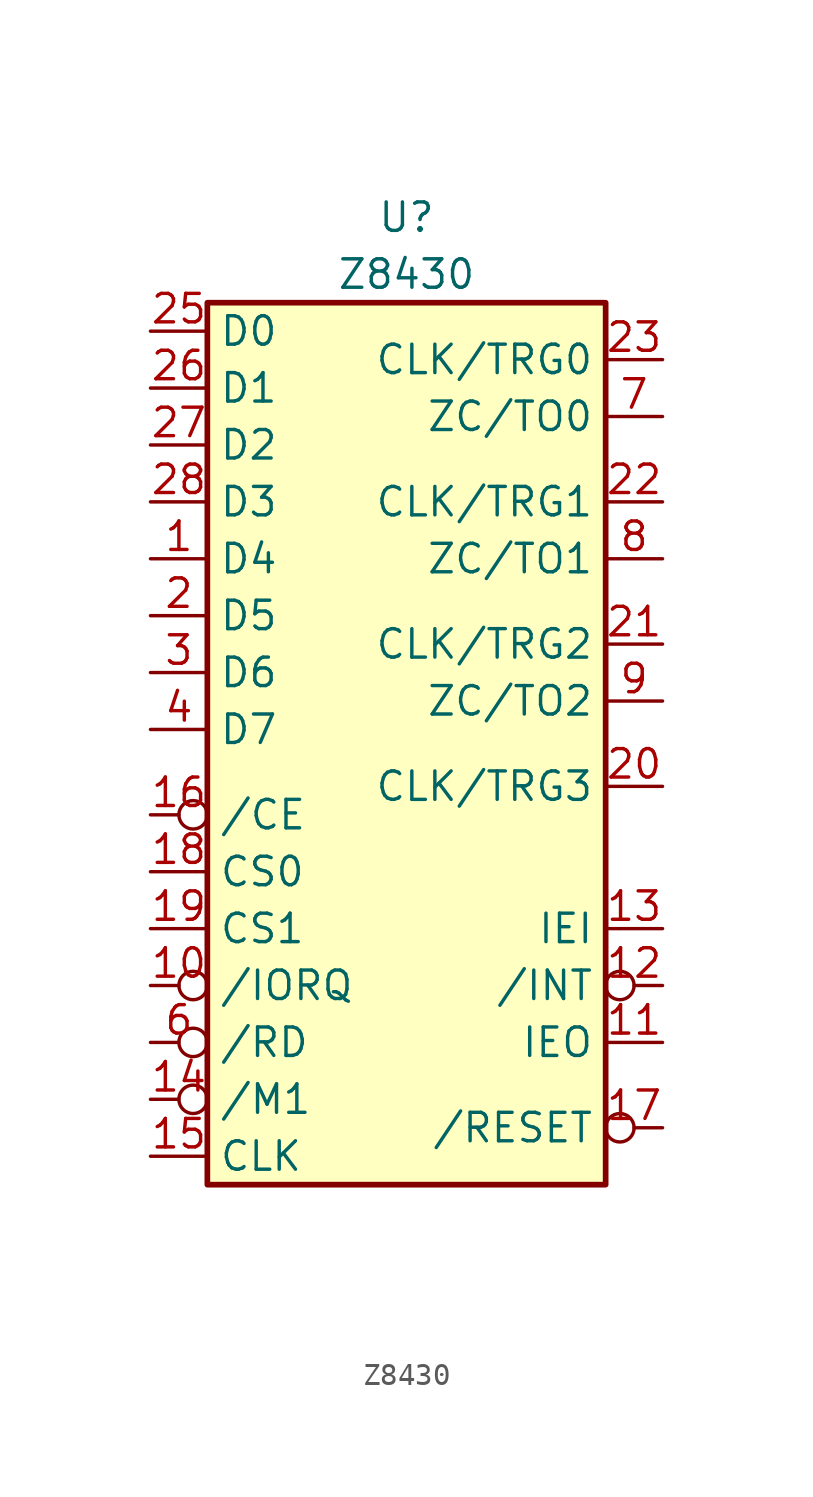
<source format=kicad_sym>
(kicad_symbol_lib
  (version 20211014)
  (generator kicad_symbol_editor)
  (symbol "Z8430"
    (property "Reference" "U"
      (at 0 24.13 0)
      (effects (font (size 1.27 1.27))))
    (property "Value" "Z8430"
      (at 0 21.59 0)
      (effects (font (size 1.27 1.27))))
    (symbol "Z8430_0_1"
      (rectangle (start -8.89 20.32) (end 8.89 -19.05) (stroke (width 0.254) (type default) (color 0 0 0 0)) (fill (type background))))
    (symbol "Z8430_1_1"
      (pin bidirectional line (at -11.43 8.89 0) (length 2.54) (name "D4" (effects (font (size 1.27 1.27)))) (number "1" (effects (font (size 1.27 1.27)))))
      (pin input inverted (at -11.43 -10.16 0) (length 2.54) (name "/IORQ" (effects (font (size 1.27 1.27)))) (number "10" (effects (font (size 1.27 1.27)))))
      (pin output line (at 11.43 -12.7 180) (length 2.54) (name "IEO" (effects (font (size 1.27 1.27)))) (number "11" (effects (font (size 1.27 1.27)))))
      (pin output inverted (at 11.43 -10.16 180) (length 2.54) (name "/INT" (effects (font (size 1.27 1.27)))) (number "12" (effects (font (size 1.27 1.27)))))
      (pin input line (at 11.43 -7.62 180) (length 2.54) (name "IEI" (effects (font (size 1.27 1.27)))) (number "13" (effects (font (size 1.27 1.27)))))
      (pin input inverted (at -11.43 -15.24 0) (length 2.54) (name "/M1" (effects (font (size 1.27 1.27)))) (number "14" (effects (font (size 1.27 1.27)))))
      (pin input line (at -11.43 -17.78 0) (length 2.54) (name "CLK" (effects (font (size 1.27 1.27)))) (number "15" (effects (font (size 1.27 1.27)))))
      (pin input inverted (at -11.43 -2.54 0) (length 2.54) (name "/CE" (effects (font (size 1.27 1.27)))) (number "16" (effects (font (size 1.27 1.27)))))
      (pin input inverted (at 11.43 -16.51 180) (length 2.54) (name "/RESET" (effects (font (size 1.27 1.27)))) (number "17" (effects (font (size 1.27 1.27)))))
      (pin input line (at -11.43 -5.08 0) (length 2.54) (name "CS0" (effects (font (size 1.27 1.27)))) (number "18" (effects (font (size 1.27 1.27)))))
      (pin input line (at -11.43 -7.62 0) (length 2.54) (name "CS1" (effects (font (size 1.27 1.27)))) (number "19" (effects (font (size 1.27 1.27)))))
      (pin bidirectional line (at -11.43 6.35 0) (length 2.54) (name "D5" (effects (font (size 1.27 1.27)))) (number "2" (effects (font (size 1.27 1.27)))))
      (pin input line (at 11.43 -1.27 180) (length 2.54) (name "CLK/TRG3" (effects (font (size 1.27 1.27)))) (number "20" (effects (font (size 1.27 1.27)))))
      (pin input line (at 11.43 5.08 180) (length 2.54) (name "CLK/TRG2" (effects (font (size 1.27 1.27)))) (number "21" (effects (font (size 1.27 1.27)))))
      (pin input line (at 11.43 11.43 180) (length 2.54) (name "CLK/TRG1" (effects (font (size 1.27 1.27)))) (number "22" (effects (font (size 1.27 1.27)))))
      (pin input line (at 11.43 17.78 180) (length 2.54) (name "CLK/TRG0" (effects (font (size 1.27 1.27)))) (number "23" (effects (font (size 1.27 1.27)))))
      (pin power_in line (at 0 22.86 270) (length 2.54) hide (name "VCC" (effects (font (size 1.27 1.27)))) (number "24" (effects (font (size 1.27 1.27)))))
      (pin bidirectional line (at -11.43 19.05 0) (length 2.54) (name "D0" (effects (font (size 1.27 1.27)))) (number "25" (effects (font (size 1.27 1.27)))))
      (pin bidirectional line (at -11.43 16.51 0) (length 2.54) (name "D1" (effects (font (size 1.27 1.27)))) (number "26" (effects (font (size 1.27 1.27)))))
      (pin bidirectional line (at -11.43 13.97 0) (length 2.54) (name "D2" (effects (font (size 1.27 1.27)))) (number "27" (effects (font (size 1.27 1.27)))))
      (pin bidirectional line (at -11.43 11.43 0) (length 2.54) (name "D3" (effects (font (size 1.27 1.27)))) (number "28" (effects (font (size 1.27 1.27)))))
      (pin bidirectional line (at -11.43 3.81 0) (length 2.54) (name "D6" (effects (font (size 1.27 1.27)))) (number "3" (effects (font (size 1.27 1.27)))))
      (pin bidirectional line (at -11.43 1.27 0) (length 2.54) (name "D7" (effects (font (size 1.27 1.27)))) (number "4" (effects (font (size 1.27 1.27)))))
      (pin power_in line (at 0 -21.59 90) (length 2.54) hide (name "GND" (effects (font (size 1.27 1.27)))) (number "5" (effects (font (size 1.27 1.27)))))
      (pin input inverted (at -11.43 -12.7 0) (length 2.54) (name "/RD" (effects (font (size 1.27 1.27)))) (number "6" (effects (font (size 1.27 1.27)))))
      (pin output line (at 11.43 15.24 180) (length 2.54) (name "ZC/TO0" (effects (font (size 1.27 1.27)))) (number "7" (effects (font (size 1.27 1.27)))))
      (pin output line (at 11.43 8.89 180) (length 2.54) (name "ZC/TO1" (effects (font (size 1.27 1.27)))) (number "8" (effects (font (size 1.27 1.27)))))
      (pin output line (at 11.43 2.54 180) (length 2.54) (name "ZC/TO2" (effects (font (size 1.27 1.27)))) (number "9" (effects (font (size 1.27 1.27))))))))
</source>
